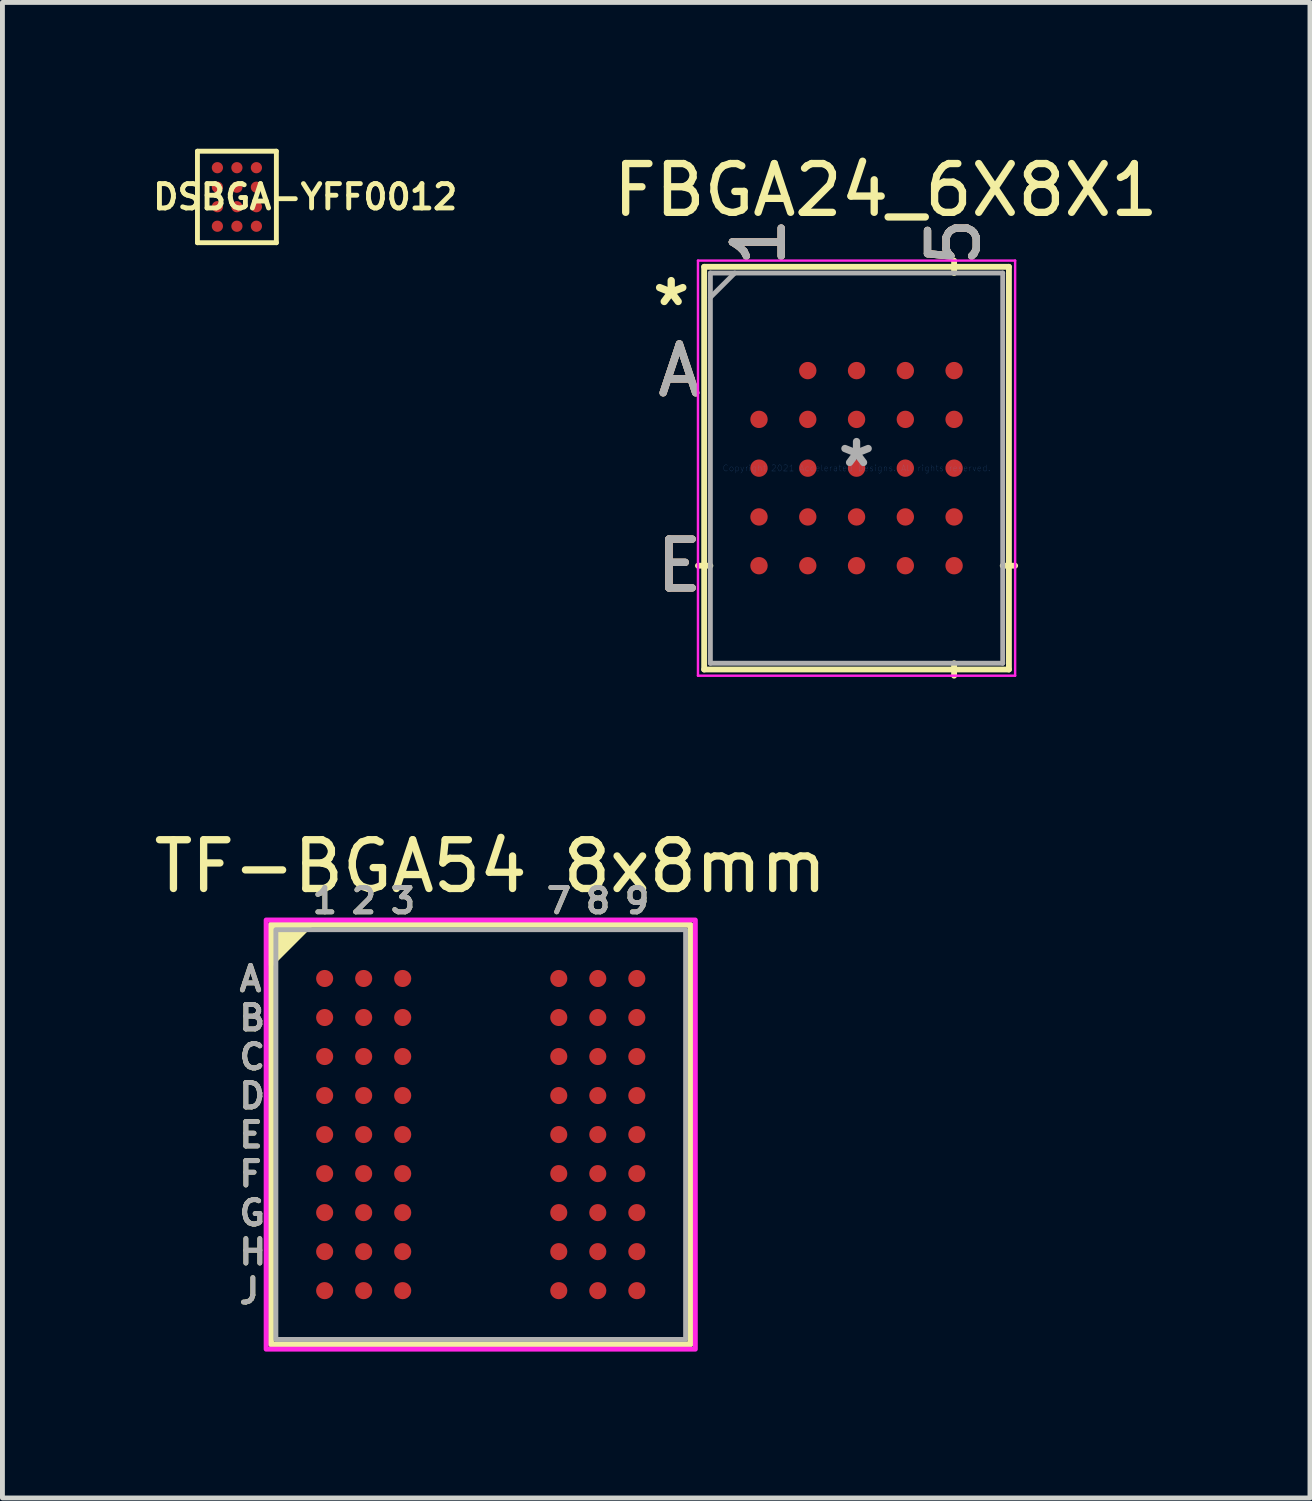
<source format=kicad_pcb>
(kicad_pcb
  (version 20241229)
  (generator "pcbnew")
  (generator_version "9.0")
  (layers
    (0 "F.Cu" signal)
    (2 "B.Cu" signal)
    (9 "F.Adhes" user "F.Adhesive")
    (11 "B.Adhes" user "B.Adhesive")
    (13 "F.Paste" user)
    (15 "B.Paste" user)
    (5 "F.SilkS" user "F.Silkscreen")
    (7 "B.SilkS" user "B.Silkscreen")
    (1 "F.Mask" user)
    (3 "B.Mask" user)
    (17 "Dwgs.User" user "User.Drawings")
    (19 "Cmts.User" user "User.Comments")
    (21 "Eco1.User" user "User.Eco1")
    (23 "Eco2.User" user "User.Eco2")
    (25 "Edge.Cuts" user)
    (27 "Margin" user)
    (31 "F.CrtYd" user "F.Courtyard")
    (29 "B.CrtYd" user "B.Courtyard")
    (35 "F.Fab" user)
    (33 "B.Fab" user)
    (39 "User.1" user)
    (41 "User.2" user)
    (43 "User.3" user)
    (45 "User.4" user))
  (footprint "TF-BGA54 8x8mm"
    (layer "F.Cu")
    (at 6.806 20.211)
    (property "Reference" "TF-BGA54 8x8mm" (at 0.2 -5.5 0) (unlocked yes) (layer "F.SilkS") (effects (font (size 1 1) (thickness 0.15))))
    (attr smd)
    (fp_rect (start 4.3 4.3) (end -4.3 -4.3) (stroke (width 0.12) (type default)) (fill no) (layer "F.SilkS"))
    (fp_poly (pts (xy -3.5 -4.3) (xy -4.3 -3.5) (xy -4.3 -4.3)) (stroke (width 0.12) (type solid)) (fill yes) (layer "F.SilkS"))
    (fp_rect (start 4.4 4.4) (end -4.4 -4.4) (stroke (width 0.1) (type default)) (fill no) (layer "F.CrtYd"))
    (fp_rect (start -4.2 -4.2) (end 4.2 4.2) (stroke (width 0.1) (type default)) (fill no) (layer "F.Fab"))
    (fp_text user "C" (at -5 -1.3 0) (unlocked yes) (layer "F.SilkS") (effects (font (size 0.5 0.5) (thickness 0.1) (bold yes)) (justify left bottom)))
    (fp_text user "J" (at -5 3.5 0) (unlocked yes) (layer "F.SilkS") (effects (font (size 0.5 0.5) (thickness 0.1) (bold yes)) (justify left bottom)))
    (fp_text user "3" (at -1.9 -4.5 0) (unlocked yes) (layer "F.SilkS") (effects (font (size 0.5 0.5) (thickness 0.1) (bold yes)) (justify left bottom)))
    (fp_text user "D" (at -5 -0.5 0) (unlocked yes) (layer "F.SilkS") (effects (font (size 0.5 0.5) (thickness 0.1) (bold yes)) (justify left bottom)))
    (fp_text user "F" (at -5 1.1 0) (unlocked yes) (layer "F.SilkS") (effects (font (size 0.5 0.5) (thickness 0.1) (bold yes)) (justify left bottom)))
    (fp_text user "A" (at -5 -2.9 0) (unlocked yes) (layer "F.SilkS") (effects (font (size 0.5 0.5) (thickness 0.1) (bold yes)) (justify left bottom)))
    (fp_text user "7" (at 1.3 -4.5 0) (unlocked yes) (layer "F.SilkS") (effects (font (size 0.5 0.5) (thickness 0.1) (bold yes)) (justify left bottom)))
    (fp_text user "G" (at -5 1.9 0) (unlocked yes) (layer "F.SilkS") (effects (font (size 0.5 0.5) (thickness 0.1) (bold yes)) (justify left bottom)))
    (fp_text user "1" (at -3.5 -4.5 0) (unlocked yes) (layer "F.SilkS") (effects (font (size 0.5 0.5) (thickness 0.1) (bold yes)) (justify left bottom)))
    (fp_text user "B" (at -5 -2.1 0) (unlocked yes) (layer "F.SilkS") (effects (font (size 0.5 0.5) (thickness 0.1) (bold yes)) (justify left bottom)))
    (fp_text user "H" (at -5 2.7 0) (unlocked yes) (layer "F.SilkS") (effects (font (size 0.5 0.5) (thickness 0.1) (bold yes)) (justify left bottom)))
    (fp_text user "8" (at 2.1 -4.5 0) (unlocked yes) (layer "F.SilkS") (effects (font (size 0.5 0.5) (thickness 0.1) (bold yes)) (justify left bottom)))
    (fp_text user "2" (at -2.7 -4.5 0) (unlocked yes) (layer "F.SilkS") (effects (font (size 0.5 0.5) (thickness 0.1) (bold yes)) (justify left bottom)))
    (fp_text user "9" (at 2.9 -4.5 0) (unlocked yes) (layer "F.SilkS") (effects (font (size 0.5 0.5) (thickness 0.1) (bold yes)) (justify left bottom)))
    (fp_text user "E" (at -5 0.3 0) (unlocked yes) (layer "F.SilkS") (effects (font (size 0.5 0.5) (thickness 0.1) (bold yes)) (justify left bottom)))
    (fp_text user "1" (at -3.5 -4.5 0) (unlocked yes) (layer "F.Fab") (effects (font (size 0.5 0.5) (thickness 0.1) (bold yes)) (justify left bottom)))
    (fp_text user "J" (at -5 3.5 0) (unlocked yes) (layer "F.Fab") (effects (font (size 0.5 0.5) (thickness 0.1) (bold yes)) (justify left bottom)))
    (fp_text user "B" (at -5 -2.1 0) (unlocked yes) (layer "F.Fab") (effects (font (size 0.5 0.5) (thickness 0.1) (bold yes)) (justify left bottom)))
    (fp_text user "3" (at -1.9 -4.5 0) (unlocked yes) (layer "F.Fab") (effects (font (size 0.5 0.5) (thickness 0.1) (bold yes)) (justify left bottom)))
    (fp_text user "8" (at 2.1 -4.5 0) (unlocked yes) (layer "F.Fab") (effects (font (size 0.5 0.5) (thickness 0.1) (bold yes)) (justify left bottom)))
    (fp_text user "A" (at -5 -2.9 0) (unlocked yes) (layer "F.Fab") (effects (font (size 0.5 0.5) (thickness 0.1) (bold yes)) (justify left bottom)))
    (fp_text user "D" (at -5 -0.5 0) (unlocked yes) (layer "F.Fab") (effects (font (size 0.5 0.5) (thickness 0.1) (bold yes)) (justify left bottom)))
    (fp_text user "C" (at -5 -1.3 0) (unlocked yes) (layer "F.Fab") (effects (font (size 0.5 0.5) (thickness 0.1) (bold yes)) (justify left bottom)))
    (fp_text user "2" (at -2.7 -4.5 0) (unlocked yes) (layer "F.Fab") (effects (font (size 0.5 0.5) (thickness 0.1) (bold yes)) (justify left bottom)))
    (fp_text user "H" (at -5 2.7 0) (unlocked yes) (layer "F.Fab") (effects (font (size 0.5 0.5) (thickness 0.1) (bold yes)) (justify left bottom)))
    (fp_text user "7" (at 1.3 -4.5 0) (unlocked yes) (layer "F.Fab") (effects (font (size 0.5 0.5) (thickness 0.1) (bold yes)) (justify left bottom)))
    (fp_text user "E" (at -5 0.3 0) (unlocked yes) (layer "F.Fab") (effects (font (size 0.5 0.5) (thickness 0.1) (bold yes)) (justify left bottom)))
    (fp_text user "F" (at -5 1.1 0) (unlocked yes) (layer "F.Fab") (effects (font (size 0.5 0.5) (thickness 0.1) (bold yes)) (justify left bottom)))
    (fp_text user "9" (at 2.9 -4.5 0) (unlocked yes) (layer "F.Fab") (effects (font (size 0.5 0.5) (thickness 0.1) (bold yes)) (justify left bottom)))
    (fp_text user "G" (at -5 1.9 0) (unlocked yes) (layer "F.Fab") (effects (font (size 0.5 0.5) (thickness 0.1) (bold yes)) (justify left bottom)))
    (pad "A1" smd circle (at -3.2 -3.2) (size 0.35 0.35) (layers "F.Cu" "F.Mask" "F.Paste"))
    (pad "A2" smd circle (at -2.4 -3.2) (size 0.35 0.35) (layers "F.Cu" "F.Mask" "F.Paste"))
    (pad "A3" smd circle (at -1.6 -3.2) (size 0.35 0.35) (layers "F.Cu" "F.Mask" "F.Paste"))
    (pad "A7" smd circle (at 1.6 -3.2) (size 0.35 0.35) (layers "F.Cu" "F.Mask" "F.Paste"))
    (pad "A8" smd circle (at 2.4 -3.2) (size 0.35 0.35) (layers "F.Cu" "F.Mask" "F.Paste"))
    (pad "A9" smd circle (at 3.2 -3.2) (size 0.35 0.35) (layers "F.Cu" "F.Mask" "F.Paste"))
    (pad "B1" smd circle (at -3.2 -2.4) (size 0.35 0.35) (layers "F.Cu" "F.Mask" "F.Paste"))
    (pad "B2" smd circle (at -2.4 -2.4) (size 0.35 0.35) (layers "F.Cu" "F.Mask" "F.Paste"))
    (pad "B3" smd circle (at -1.6 -2.4) (size 0.35 0.35) (layers "F.Cu" "F.Mask" "F.Paste"))
    (pad "B7" smd circle (at 1.6 -2.4) (size 0.35 0.35) (layers "F.Cu" "F.Mask" "F.Paste"))
    (pad "B8" smd circle (at 2.4 -2.4) (size 0.35 0.35) (layers "F.Cu" "F.Mask" "F.Paste"))
    (pad "B9" smd circle (at 3.2 -2.4) (size 0.35 0.35) (layers "F.Cu" "F.Mask" "F.Paste"))
    (pad "C1" smd circle (at -3.2 -1.6) (size 0.35 0.35) (layers "F.Cu" "F.Mask" "F.Paste"))
    (pad "C2" smd circle (at -2.4 -1.6) (size 0.35 0.35) (layers "F.Cu" "F.Mask" "F.Paste"))
    (pad "C3" smd circle (at -1.6 -1.6) (size 0.35 0.35) (layers "F.Cu" "F.Mask" "F.Paste"))
    (pad "C7" smd circle (at 1.6 -1.6) (size 0.35 0.35) (layers "F.Cu" "F.Mask" "F.Paste"))
    (pad "C8" smd circle (at 2.4 -1.6) (size 0.35 0.35) (layers "F.Cu" "F.Mask" "F.Paste"))
    (pad "C9" smd circle (at 3.2 -1.6) (size 0.35 0.35) (layers "F.Cu" "F.Mask" "F.Paste"))
    (pad "D1" smd circle (at -3.2 -0.8) (size 0.35 0.35) (layers "F.Cu" "F.Mask" "F.Paste"))
    (pad "D2" smd circle (at -2.4 -0.8) (size 0.35 0.35) (layers "F.Cu" "F.Mask" "F.Paste"))
    (pad "D3" smd circle (at -1.6 -0.8) (size 0.35 0.35) (layers "F.Cu" "F.Mask" "F.Paste"))
    (pad "D7" smd circle (at 1.6 -0.8) (size 0.35 0.35) (layers "F.Cu" "F.Mask" "F.Paste"))
    (pad "D8" smd circle (at 2.4 -0.8) (size 0.35 0.35) (layers "F.Cu" "F.Mask" "F.Paste"))
    (pad "D9" smd circle (at 3.2 -0.8) (size 0.35 0.35) (layers "F.Cu" "F.Mask" "F.Paste"))
    (pad "E1" smd circle (at -3.2 0) (size 0.35 0.35) (layers "F.Cu" "F.Mask" "F.Paste"))
    (pad "E2" smd circle (at -2.4 0) (size 0.35 0.35) (layers "F.Cu" "F.Mask" "F.Paste"))
    (pad "E3" smd circle (at -1.6 0) (size 0.35 0.35) (layers "F.Cu" "F.Mask" "F.Paste"))
    (pad "E7" smd circle (at 1.6 0) (size 0.35 0.35) (layers "F.Cu" "F.Mask" "F.Paste"))
    (pad "E8" smd circle (at 2.4 0) (size 0.35 0.35) (layers "F.Cu" "F.Mask" "F.Paste"))
    (pad "E9" smd circle (at 3.2 0) (size 0.35 0.35) (layers "F.Cu" "F.Mask" "F.Paste"))
    (pad "F1" smd circle (at -3.2 0.8) (size 0.35 0.35) (layers "F.Cu" "F.Mask" "F.Paste"))
    (pad "F2" smd circle (at -2.4 0.8) (size 0.35 0.35) (layers "F.Cu" "F.Mask" "F.Paste"))
    (pad "F3" smd circle (at -1.6 0.8) (size 0.35 0.35) (layers "F.Cu" "F.Mask" "F.Paste"))
    (pad "F7" smd circle (at 1.6 0.8) (size 0.35 0.35) (layers "F.Cu" "F.Mask" "F.Paste"))
    (pad "F8" smd circle (at 2.4 0.8) (size 0.35 0.35) (layers "F.Cu" "F.Mask" "F.Paste"))
    (pad "F9" smd circle (at 3.2 0.8) (size 0.35 0.35) (layers "F.Cu" "F.Mask" "F.Paste"))
    (pad "G1" smd circle (at -3.2 1.6) (size 0.35 0.35) (layers "F.Cu" "F.Mask" "F.Paste"))
    (pad "G2" smd circle (at -2.4 1.6) (size 0.35 0.35) (layers "F.Cu" "F.Mask" "F.Paste"))
    (pad "G3" smd circle (at -1.6 1.6) (size 0.35 0.35) (layers "F.Cu" "F.Mask" "F.Paste"))
    (pad "G7" smd circle (at 1.6 1.6) (size 0.35 0.35) (layers "F.Cu" "F.Mask" "F.Paste"))
    (pad "G8" smd circle (at 2.4 1.6) (size 0.35 0.35) (layers "F.Cu" "F.Mask" "F.Paste"))
    (pad "G9" smd circle (at 3.2 1.6) (size 0.35 0.35) (layers "F.Cu" "F.Mask" "F.Paste"))
    (pad "H1" smd circle (at -3.2 2.4) (size 0.35 0.35) (layers "F.Cu" "F.Mask" "F.Paste"))
    (pad "H2" smd circle (at -2.4 2.4) (size 0.35 0.35) (layers "F.Cu" "F.Mask" "F.Paste"))
    (pad "H3" smd circle (at -1.6 2.4) (size 0.35 0.35) (layers "F.Cu" "F.Mask" "F.Paste"))
    (pad "H7" smd circle (at 1.6 2.4) (size 0.35 0.35) (layers "F.Cu" "F.Mask" "F.Paste"))
    (pad "H8" smd circle (at 2.4 2.4) (size 0.35 0.35) (layers "F.Cu" "F.Mask" "F.Paste"))
    (pad "H9" smd circle (at 3.2 2.4) (size 0.35 0.35) (layers "F.Cu" "F.Mask" "F.Paste"))
    (pad "J1" smd circle (at -3.2 3.2) (size 0.35 0.35) (layers "F.Cu" "F.Mask" "F.Paste"))
    (pad "J2" smd circle (at -2.4 3.2) (size 0.35 0.35) (layers "F.Cu" "F.Mask" "F.Paste"))
    (pad "J3" smd circle (at -1.6 3.2) (size 0.35 0.35) (layers "F.Cu" "F.Mask" "F.Paste"))
    (pad "J7" smd circle (at 1.6 3.2) (size 0.35 0.35) (layers "F.Cu" "F.Mask" "F.Paste"))
    (pad "J8" smd circle (at 2.4 3.2) (size 0.35 0.35) (layers "F.Cu" "F.Mask" "F.Paste"))
    (pad "J9" smd circle (at 3.2 3.2) (size 0.35 0.35) (layers "F.Cu" "F.Mask" "F.Paste")))
  (footprint "FBGA24_6X8X1"
    (layer "F.Cu")
    (at 14.511 6.548)
    (property "Reference" "FBGA24_6X8X1" (at 0.6 -5.7 0) (layer "F.SilkS") (effects (font (size 1 1) (thickness 0.15))))
    (attr through_hole)
    (fp_line (start -3.124 -4.128) (end -3.124 4.128) (stroke (width 0.12) (type solid)) (layer "F.SilkS"))
    (fp_line (start -3.124 4.128) (end 3.124 4.128) (stroke (width 0.12) (type solid)) (layer "F.SilkS"))
    (fp_line (start -2.997 2) (end -3.251 2) (stroke (width 0.12) (type solid)) (layer "F.SilkS"))
    (fp_line (start 2 -4) (end 2 -4.255) (stroke (width 0.12) (type solid)) (layer "F.SilkS"))
    (fp_line (start 2 4) (end 2 4.255) (stroke (width 0.12) (type solid)) (layer "F.SilkS"))
    (fp_line (start 2.997 2) (end 3.251 2) (stroke (width 0.12) (type solid)) (layer "F.SilkS"))
    (fp_line (start 3.124 -4.128) (end -3.124 -4.128) (stroke (width 0.12) (type solid)) (layer "F.SilkS"))
    (fp_line (start 3.124 4.128) (end 3.124 -4.128) (stroke (width 0.12) (type solid)) (layer "F.SilkS"))
    (fp_line (start -3.251 -4.255) (end 3.251 -4.255) (stroke (width 0.05) (type solid)) (layer "F.CrtYd"))
    (fp_line (start -3.251 4.255) (end -3.251 -4.255) (stroke (width 0.05) (type solid)) (layer "F.CrtYd"))
    (fp_line (start 3.251 -4.255) (end 3.251 4.255) (stroke (width 0.05) (type solid)) (layer "F.CrtYd"))
    (fp_line (start 3.251 4.255) (end -3.251 4.255) (stroke (width 0.05) (type solid)) (layer "F.CrtYd"))
    (fp_line (start -2.997 -4) (end -2.997 4) (stroke (width 0.1) (type solid)) (layer "F.Fab"))
    (fp_line (start -2.997 4) (end 2.997 4) (stroke (width 0.1) (type solid)) (layer "F.Fab"))
    (fp_line (start -2.497 -4) (end -2.997 -3.501) (stroke (width 0.1) (type solid)) (layer "F.Fab"))
    (fp_line (start 2.997 -4) (end -2.997 -4) (stroke (width 0.1) (type solid)) (layer "F.Fab"))
    (fp_line (start 2.997 4) (end 2.997 -4) (stroke (width 0.1) (type solid)) (layer "F.Fab"))
    (fp_text user "E" (at -3.632 2 0) (layer "F.SilkS") (effects (font (size 1 1) (thickness 0.15))))
    (fp_text user "A" (at -3.632 -2 0) (layer "F.SilkS") (effects (font (size 1 1) (thickness 0.15))))
    (fp_text user "*" (at -3.8 -3.3 0) (layer "F.SilkS") (effects (font (size 1 1) (thickness 0.15))))
    (fp_text user "1" (at -2 -4.636 90) (layer "F.SilkS") (effects (font (size 1 1) (thickness 0.15))))
    (fp_text user "5" (at 2 -4.636 90) (layer "F.SilkS") (effects (font (size 1 1) (thickness 0.15))))
    (fp_text user "E" (at -3.632 2 0) (layer "B.SilkS") (effects (font (size 1 1) (thickness 0.15))))
    (fp_text user "1" (at -2 -4.636 90) (layer "B.SilkS") (effects (font (size 1 1) (thickness 0.15))))
    (fp_text user "5" (at 2 -4.636 90) (layer "B.SilkS") (effects (font (size 1 1) (thickness 0.15))))
    (fp_text user "A" (at -3.632 -2 0) (layer "B.SilkS") (effects (font (size 1 1) (thickness 0.15))))
    (fp_text user "Copyright 2021 Accelerated Designs. All rights reserved." (at 0 0 0) (layer "Cmts.User") (effects (font (size 0.127 0.127) (thickness 0.002))))
    (fp_text user "1" (at -2 -4.636 90) (layer "F.Fab") (effects (font (size 1 1) (thickness 0.15))))
    (fp_text user "A" (at -3.632 -2 0) (layer "F.Fab") (effects (font (size 1 1) (thickness 0.15))))
    (fp_text user "5" (at 2 -4.636 90) (layer "F.Fab") (effects (font (size 1 1) (thickness 0.15))))
    (fp_text user "*" (at 0 0 0) (layer "F.Fab") (effects (font (size 1 1) (thickness 0.15))))
    (fp_text user "E" (at -3.632 2 0) (layer "F.Fab") (effects (font (size 1 1) (thickness 0.15))))
    (pad "A2" smd circle (at -1 -2) (size 0.356 0.356) (layers "F.Cu" "F.Mask" "F.Paste"))
    (pad "A3" smd circle (at 0 -2) (size 0.356 0.356) (layers "F.Cu" "F.Mask" "F.Paste"))
    (pad "A4" smd circle (at 1 -2) (size 0.356 0.356) (layers "F.Cu" "F.Mask" "F.Paste"))
    (pad "A5" smd circle (at 2 -2) (size 0.356 0.356) (layers "F.Cu" "F.Mask" "F.Paste"))
    (pad "B1" smd circle (at -2 -1) (size 0.356 0.356) (layers "F.Cu" "F.Mask" "F.Paste"))
    (pad "B2" smd circle (at -1 -1) (size 0.356 0.356) (layers "F.Cu" "F.Mask" "F.Paste"))
    (pad "B3" smd circle (at 0 -1) (size 0.356 0.356) (layers "F.Cu" "F.Mask" "F.Paste"))
    (pad "B4" smd circle (at 1 -1) (size 0.356 0.356) (layers "F.Cu" "F.Mask" "F.Paste"))
    (pad "B5" smd circle (at 2 -1) (size 0.356 0.356) (layers "F.Cu" "F.Mask" "F.Paste"))
    (pad "C1" smd circle (at -2 0) (size 0.356 0.356) (layers "F.Cu" "F.Mask" "F.Paste"))
    (pad "C2" smd circle (at -1 0) (size 0.356 0.356) (layers "F.Cu" "F.Mask" "F.Paste"))
    (pad "C3" smd circle (at 0 0) (size 0.356 0.356) (layers "F.Cu" "F.Mask" "F.Paste"))
    (pad "C4" smd circle (at 1 0) (size 0.356 0.356) (layers "F.Cu" "F.Mask" "F.Paste"))
    (pad "C5" smd circle (at 2 0) (size 0.356 0.356) (layers "F.Cu" "F.Mask" "F.Paste"))
    (pad "D1" smd circle (at -2 1) (size 0.356 0.356) (layers "F.Cu" "F.Mask" "F.Paste"))
    (pad "D2" smd circle (at -1 1) (size 0.356 0.356) (layers "F.Cu" "F.Mask" "F.Paste"))
    (pad "D3" smd circle (at 0 1) (size 0.356 0.356) (layers "F.Cu" "F.Mask" "F.Paste"))
    (pad "D4" smd circle (at 1 1) (size 0.356 0.356) (layers "F.Cu" "F.Mask" "F.Paste"))
    (pad "D5" smd circle (at 2 1) (size 0.356 0.356) (layers "F.Cu" "F.Mask" "F.Paste"))
    (pad "E1" smd circle (at -2 2) (size 0.356 0.356) (layers "F.Cu" "F.Mask" "F.Paste"))
    (pad "E2" smd circle (at -1 2) (size 0.356 0.356) (layers "F.Cu" "F.Mask" "F.Paste"))
    (pad "E3" smd circle (at 0 2) (size 0.356 0.356) (layers "F.Cu" "F.Mask" "F.Paste"))
    (pad "E4" smd circle (at 1 2) (size 0.356 0.356) (layers "F.Cu" "F.Mask" "F.Paste"))
    (pad "E5" smd circle (at 2 2) (size 0.356 0.356) (layers "F.Cu" "F.Mask" "F.Paste")))
  (footprint "DSBGA-YFF0012"
    (layer "F.Cu")
    (at 1.807 0.988)
    (property "Reference" "DSBGA-YFF0012" (at 1.4 0 0) (layer "F.SilkS") (effects (font (size 0.5 0.5) (thickness 0.1))))
    (attr smd)
    (fp_line (start -0.809 -0.938) (end 0.809 -0.938) (stroke (width 0.1) (type solid)) (layer "F.SilkS"))
    (fp_line (start -0.809 0.938) (end -0.809 -0.938) (stroke (width 0.1) (type solid)) (layer "F.SilkS"))
    (fp_line (start -0.809 0.938) (end 0.809 0.938) (stroke (width 0.1) (type solid)) (layer "F.SilkS"))
    (fp_line (start 0.809 0.938) (end 0.809 -0.938) (stroke (width 0.1) (type solid)) (layer "F.SilkS"))
    (pad "A1" smd circle (at -0.4 -0.6) (size 0.23 0.23) (layers "F.Cu" "F.Mask" "F.Paste"))
    (pad "A2" smd circle (at 0 -0.6) (size 0.23 0.23) (layers "F.Cu" "F.Mask" "F.Paste"))
    (pad "A3" smd circle (at 0.4 -0.6) (size 0.23 0.23) (layers "F.Cu" "F.Mask" "F.Paste"))
    (pad "B1" smd circle (at -0.4 -0.2) (size 0.23 0.23) (layers "F.Cu" "F.Mask" "F.Paste"))
    (pad "B2" smd circle (at 0 -0.2) (size 0.23 0.23) (layers "F.Cu" "F.Mask" "F.Paste"))
    (pad "B3" smd circle (at 0.4 -0.2) (size 0.23 0.23) (layers "F.Cu" "F.Mask" "F.Paste"))
    (pad "C1" smd circle (at -0.4 0.2) (size 0.23 0.23) (layers "F.Cu" "F.Mask" "F.Paste"))
    (pad "C2" smd circle (at 0 0.2) (size 0.23 0.23) (layers "F.Cu" "F.Mask" "F.Paste"))
    (pad "C3" smd circle (at 0.4 0.2) (size 0.23 0.23) (layers "F.Cu" "F.Mask" "F.Paste"))
    (pad "D1" smd circle (at -0.4 0.6) (size 0.23 0.23) (layers "F.Cu" "F.Mask" "F.Paste"))
    (pad "D2" smd circle (at 0 0.6) (size 0.23 0.23) (layers "F.Cu" "F.Mask" "F.Paste"))
    (pad "D3" smd circle (at 0.4 0.6) (size 0.23 0.23) (layers "F.Cu" "F.Mask" "F.Paste")))
  (gr_rect
    (start -3 -3)
    (end 23.807 27.661)
    (stroke (width 0.1) (type default))
    (fill no)
    (layer "Edge.Cuts")))
</source>
